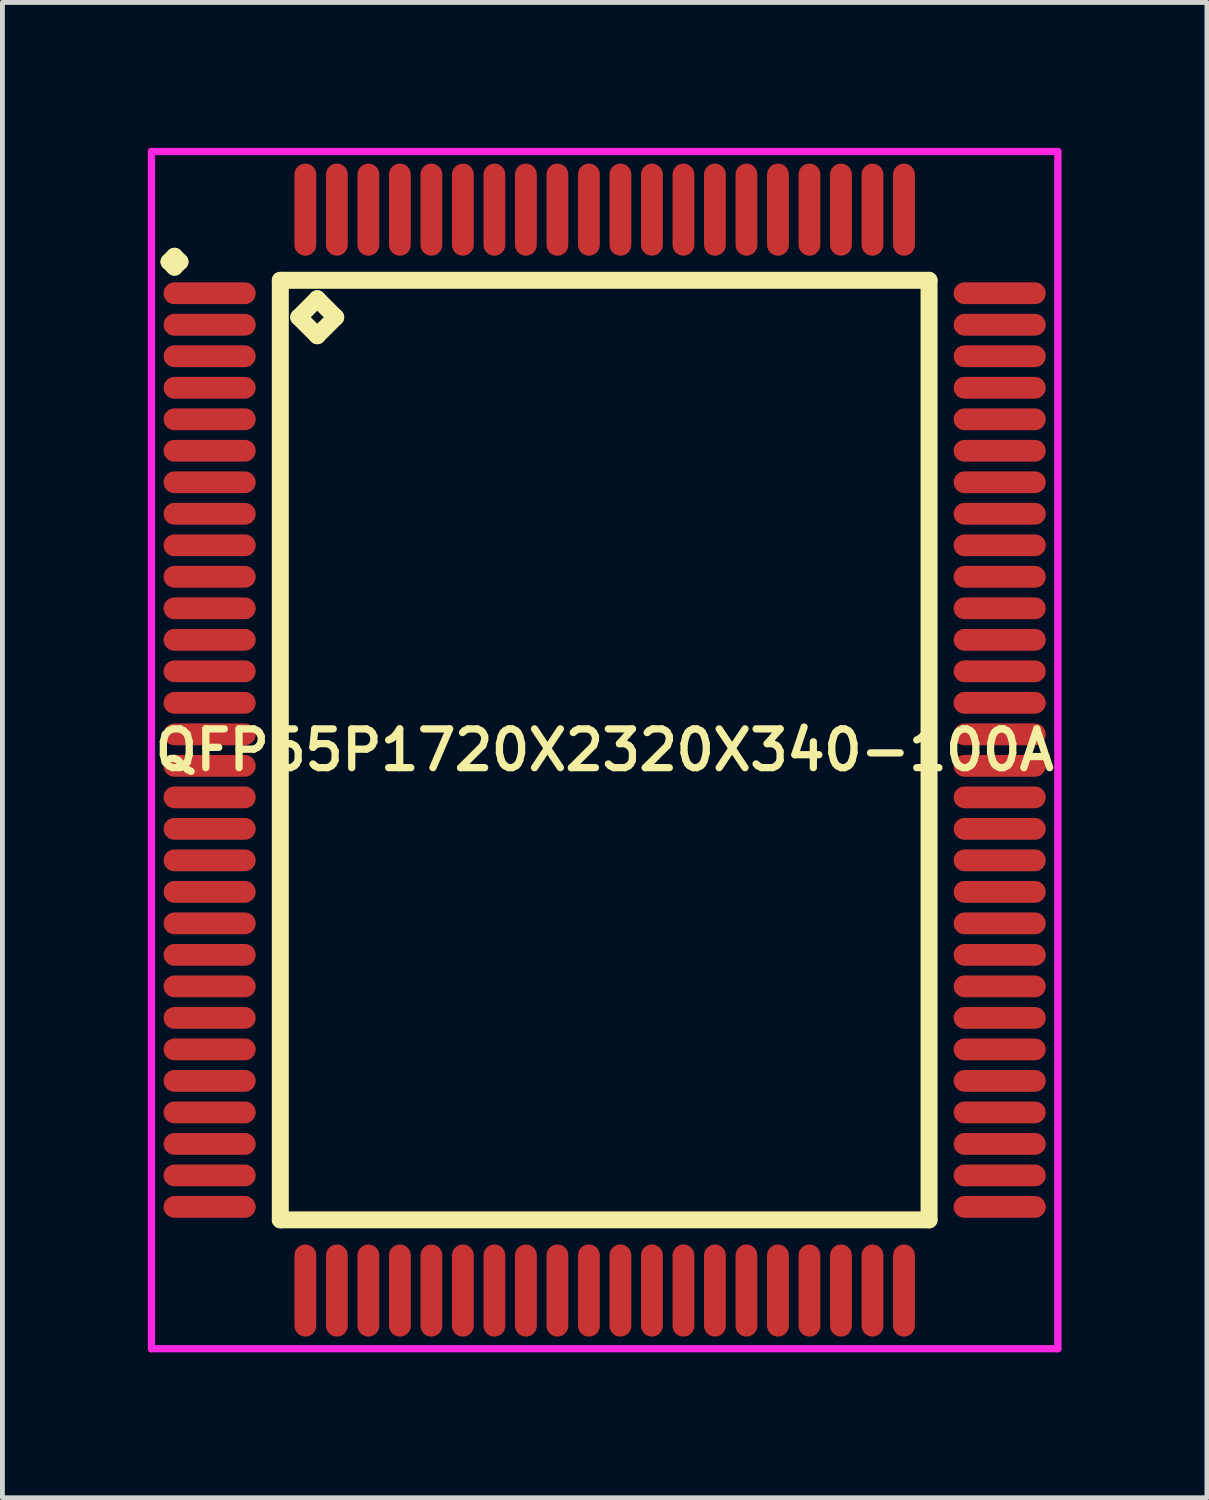
<source format=kicad_pcb>
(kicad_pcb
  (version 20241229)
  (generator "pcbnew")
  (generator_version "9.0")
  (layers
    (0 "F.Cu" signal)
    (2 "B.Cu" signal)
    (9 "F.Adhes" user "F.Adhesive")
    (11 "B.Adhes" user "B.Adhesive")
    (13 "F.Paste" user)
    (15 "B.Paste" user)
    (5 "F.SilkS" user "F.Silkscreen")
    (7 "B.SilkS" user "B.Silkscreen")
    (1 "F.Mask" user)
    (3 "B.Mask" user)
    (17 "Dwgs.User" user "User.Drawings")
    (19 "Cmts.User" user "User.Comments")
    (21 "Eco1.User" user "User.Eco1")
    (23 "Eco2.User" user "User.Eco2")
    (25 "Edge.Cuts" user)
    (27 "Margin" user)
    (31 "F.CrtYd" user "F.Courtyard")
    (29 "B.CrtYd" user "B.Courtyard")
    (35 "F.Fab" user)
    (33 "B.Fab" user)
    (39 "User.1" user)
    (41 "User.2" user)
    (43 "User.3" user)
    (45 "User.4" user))
  (footprint "QFP65P1720X2320X340-100A"
    (layer "F.Cu")
    (at 9.425 12.425)
    (property "Reference" "QFP65P1720X2320X340-100A" (at 0 0 0) (layer "F.SilkS") (effects (font (size 0.8 0.8) (thickness 0.15))))
    (attr smd)
    (fp_line (start -8.988 -10.075) (end -8.875 -10.188) (stroke (width 0.35) (type solid)) (layer "F.SilkS"))
    (fp_line (start -8.875 -10.188) (end -8.762 -10.075) (stroke (width 0.35) (type solid)) (layer "F.SilkS"))
    (fp_line (start -8.875 -9.963) (end -8.988 -10.075) (stroke (width 0.35) (type solid)) (layer "F.SilkS"))
    (fp_line (start -8.762 -10.075) (end -8.875 -9.963) (stroke (width 0.35) (type solid)) (layer "F.SilkS"))
    (fp_line (start -6.692 -9.692) (end -6.692 9.692) (stroke (width 0.35) (type solid)) (layer "F.SilkS"))
    (fp_line (start -6.692 9.692) (end 6.692 9.692) (stroke (width 0.35) (type solid)) (layer "F.SilkS"))
    (fp_line (start -6.311 -8.93) (end -5.93 -9.311) (stroke (width 0.35) (type solid)) (layer "F.SilkS"))
    (fp_line (start -5.93 -9.311) (end -5.549 -8.93) (stroke (width 0.35) (type solid)) (layer "F.SilkS"))
    (fp_line (start -5.93 -8.549) (end -6.311 -8.93) (stroke (width 0.35) (type solid)) (layer "F.SilkS"))
    (fp_line (start -5.549 -8.93) (end -5.93 -8.549) (stroke (width 0.35) (type solid)) (layer "F.SilkS"))
    (fp_line (start 6.692 -9.692) (end -6.692 -9.692) (stroke (width 0.35) (type solid)) (layer "F.SilkS"))
    (fp_line (start 6.692 9.692) (end 6.692 -9.692) (stroke (width 0.35) (type solid)) (layer "F.SilkS"))
    (fp_line (start -9.35 -12.35) (end 9.35 -12.35) (stroke (width 0.15) (type solid)) (layer "F.CrtYd"))
    (fp_line (start -9.35 12.35) (end -9.35 -12.35) (stroke (width 0.15) (type solid)) (layer "F.CrtYd"))
    (fp_line (start 9.35 -12.35) (end 9.35 12.35) (stroke (width 0.15) (type solid)) (layer "F.CrtYd"))
    (fp_line (start 9.35 12.35) (end -9.35 12.35) (stroke (width 0.15) (type solid)) (layer "F.CrtYd"))
    (pad "1" smd oval (at -8.15 -9.425) (size 1.9 0.45) (layers "F.Cu" "F.Mask" "F.Paste"))
    (pad "2" smd oval (at -8.15 -8.775) (size 1.9 0.45) (layers "F.Cu" "F.Mask" "F.Paste"))
    (pad "3" smd oval (at -8.15 -8.125) (size 1.9 0.45) (layers "F.Cu" "F.Mask" "F.Paste"))
    (pad "4" smd oval (at -8.15 -7.475) (size 1.9 0.45) (layers "F.Cu" "F.Mask" "F.Paste"))
    (pad "5" smd oval (at -8.15 -6.825) (size 1.9 0.45) (layers "F.Cu" "F.Mask" "F.Paste"))
    (pad "6" smd oval (at -8.15 -6.175) (size 1.9 0.45) (layers "F.Cu" "F.Mask" "F.Paste"))
    (pad "7" smd oval (at -8.15 -5.525) (size 1.9 0.45) (layers "F.Cu" "F.Mask" "F.Paste"))
    (pad "8" smd oval (at -8.15 -4.875) (size 1.9 0.45) (layers "F.Cu" "F.Mask" "F.Paste"))
    (pad "9" smd oval (at -8.15 -4.225) (size 1.9 0.45) (layers "F.Cu" "F.Mask" "F.Paste"))
    (pad "10" smd oval (at -8.15 -3.575) (size 1.9 0.45) (layers "F.Cu" "F.Mask" "F.Paste"))
    (pad "11" smd oval (at -8.15 -2.925) (size 1.9 0.45) (layers "F.Cu" "F.Mask" "F.Paste"))
    (pad "12" smd oval (at -8.15 -2.275) (size 1.9 0.45) (layers "F.Cu" "F.Mask" "F.Paste"))
    (pad "13" smd oval (at -8.15 -1.625) (size 1.9 0.45) (layers "F.Cu" "F.Mask" "F.Paste"))
    (pad "14" smd oval (at -8.15 -0.975) (size 1.9 0.45) (layers "F.Cu" "F.Mask" "F.Paste"))
    (pad "15" smd oval (at -8.15 -0.325) (size 1.9 0.45) (layers "F.Cu" "F.Mask" "F.Paste"))
    (pad "16" smd oval (at -8.15 0.325) (size 1.9 0.45) (layers "F.Cu" "F.Mask" "F.Paste"))
    (pad "17" smd oval (at -8.15 0.975) (size 1.9 0.45) (layers "F.Cu" "F.Mask" "F.Paste"))
    (pad "18" smd oval (at -8.15 1.625) (size 1.9 0.45) (layers "F.Cu" "F.Mask" "F.Paste"))
    (pad "19" smd oval (at -8.15 2.275) (size 1.9 0.45) (layers "F.Cu" "F.Mask" "F.Paste"))
    (pad "20" smd oval (at -8.15 2.925) (size 1.9 0.45) (layers "F.Cu" "F.Mask" "F.Paste"))
    (pad "21" smd oval (at -8.15 3.575) (size 1.9 0.45) (layers "F.Cu" "F.Mask" "F.Paste"))
    (pad "22" smd oval (at -8.15 4.225) (size 1.9 0.45) (layers "F.Cu" "F.Mask" "F.Paste"))
    (pad "23" smd oval (at -8.15 4.875) (size 1.9 0.45) (layers "F.Cu" "F.Mask" "F.Paste"))
    (pad "24" smd oval (at -8.15 5.525) (size 1.9 0.45) (layers "F.Cu" "F.Mask" "F.Paste"))
    (pad "25" smd oval (at -8.15 6.175) (size 1.9 0.45) (layers "F.Cu" "F.Mask" "F.Paste"))
    (pad "26" smd oval (at -8.15 6.825) (size 1.9 0.45) (layers "F.Cu" "F.Mask" "F.Paste"))
    (pad "27" smd oval (at -8.15 7.475) (size 1.9 0.45) (layers "F.Cu" "F.Mask" "F.Paste"))
    (pad "28" smd oval (at -8.15 8.125) (size 1.9 0.45) (layers "F.Cu" "F.Mask" "F.Paste"))
    (pad "29" smd oval (at -8.15 8.775) (size 1.9 0.45) (layers "F.Cu" "F.Mask" "F.Paste"))
    (pad "30" smd oval (at -8.15 9.425) (size 1.9 0.45) (layers "F.Cu" "F.Mask" "F.Paste"))
    (pad "31" smd oval (at -6.175 11.15) (size 0.45 1.9) (layers "F.Cu" "F.Mask" "F.Paste"))
    (pad "32" smd oval (at -5.525 11.15) (size 0.45 1.9) (layers "F.Cu" "F.Mask" "F.Paste"))
    (pad "33" smd oval (at -4.875 11.15) (size 0.45 1.9) (layers "F.Cu" "F.Mask" "F.Paste"))
    (pad "34" smd oval (at -4.225 11.15) (size 0.45 1.9) (layers "F.Cu" "F.Mask" "F.Paste"))
    (pad "35" smd oval (at -3.575 11.15) (size 0.45 1.9) (layers "F.Cu" "F.Mask" "F.Paste"))
    (pad "36" smd oval (at -2.925 11.15) (size 0.45 1.9) (layers "F.Cu" "F.Mask" "F.Paste"))
    (pad "37" smd oval (at -2.275 11.15) (size 0.45 1.9) (layers "F.Cu" "F.Mask" "F.Paste"))
    (pad "38" smd oval (at -1.625 11.15) (size 0.45 1.9) (layers "F.Cu" "F.Mask" "F.Paste"))
    (pad "39" smd oval (at -0.975 11.15) (size 0.45 1.9) (layers "F.Cu" "F.Mask" "F.Paste"))
    (pad "40" smd oval (at -0.325 11.15) (size 0.45 1.9) (layers "F.Cu" "F.Mask" "F.Paste"))
    (pad "41" smd oval (at 0.325 11.15) (size 0.45 1.9) (layers "F.Cu" "F.Mask" "F.Paste"))
    (pad "42" smd oval (at 0.975 11.15) (size 0.45 1.9) (layers "F.Cu" "F.Mask" "F.Paste"))
    (pad "43" smd oval (at 1.625 11.15) (size 0.45 1.9) (layers "F.Cu" "F.Mask" "F.Paste"))
    (pad "44" smd oval (at 2.275 11.15) (size 0.45 1.9) (layers "F.Cu" "F.Mask" "F.Paste"))
    (pad "45" smd oval (at 2.925 11.15) (size 0.45 1.9) (layers "F.Cu" "F.Mask" "F.Paste"))
    (pad "46" smd oval (at 3.575 11.15) (size 0.45 1.9) (layers "F.Cu" "F.Mask" "F.Paste"))
    (pad "47" smd oval (at 4.225 11.15) (size 0.45 1.9) (layers "F.Cu" "F.Mask" "F.Paste"))
    (pad "48" smd oval (at 4.875 11.15) (size 0.45 1.9) (layers "F.Cu" "F.Mask" "F.Paste"))
    (pad "49" smd oval (at 5.525 11.15) (size 0.45 1.9) (layers "F.Cu" "F.Mask" "F.Paste"))
    (pad "50" smd oval (at 6.175 11.15) (size 0.45 1.9) (layers "F.Cu" "F.Mask" "F.Paste"))
    (pad "51" smd oval (at 8.15 9.425) (size 1.9 0.45) (layers "F.Cu" "F.Mask" "F.Paste"))
    (pad "52" smd oval (at 8.15 8.775) (size 1.9 0.45) (layers "F.Cu" "F.Mask" "F.Paste"))
    (pad "53" smd oval (at 8.15 8.125) (size 1.9 0.45) (layers "F.Cu" "F.Mask" "F.Paste"))
    (pad "54" smd oval (at 8.15 7.475) (size 1.9 0.45) (layers "F.Cu" "F.Mask" "F.Paste"))
    (pad "55" smd oval (at 8.15 6.825) (size 1.9 0.45) (layers "F.Cu" "F.Mask" "F.Paste"))
    (pad "56" smd oval (at 8.15 6.175) (size 1.9 0.45) (layers "F.Cu" "F.Mask" "F.Paste"))
    (pad "57" smd oval (at 8.15 5.525) (size 1.9 0.45) (layers "F.Cu" "F.Mask" "F.Paste"))
    (pad "58" smd oval (at 8.15 4.875) (size 1.9 0.45) (layers "F.Cu" "F.Mask" "F.Paste"))
    (pad "59" smd oval (at 8.15 4.225) (size 1.9 0.45) (layers "F.Cu" "F.Mask" "F.Paste"))
    (pad "60" smd oval (at 8.15 3.575) (size 1.9 0.45) (layers "F.Cu" "F.Mask" "F.Paste"))
    (pad "61" smd oval (at 8.15 2.925) (size 1.9 0.45) (layers "F.Cu" "F.Mask" "F.Paste"))
    (pad "62" smd oval (at 8.15 2.275) (size 1.9 0.45) (layers "F.Cu" "F.Mask" "F.Paste"))
    (pad "63" smd oval (at 8.15 1.625) (size 1.9 0.45) (layers "F.Cu" "F.Mask" "F.Paste"))
    (pad "64" smd oval (at 8.15 0.975) (size 1.9 0.45) (layers "F.Cu" "F.Mask" "F.Paste"))
    (pad "65" smd oval (at 8.15 0.325) (size 1.9 0.45) (layers "F.Cu" "F.Mask" "F.Paste"))
    (pad "66" smd oval (at 8.15 -0.325) (size 1.9 0.45) (layers "F.Cu" "F.Mask" "F.Paste"))
    (pad "67" smd oval (at 8.15 -0.975) (size 1.9 0.45) (layers "F.Cu" "F.Mask" "F.Paste"))
    (pad "68" smd oval (at 8.15 -1.625) (size 1.9 0.45) (layers "F.Cu" "F.Mask" "F.Paste"))
    (pad "69" smd oval (at 8.15 -2.275) (size 1.9 0.45) (layers "F.Cu" "F.Mask" "F.Paste"))
    (pad "70" smd oval (at 8.15 -2.925) (size 1.9 0.45) (layers "F.Cu" "F.Mask" "F.Paste"))
    (pad "71" smd oval (at 8.15 -3.575) (size 1.9 0.45) (layers "F.Cu" "F.Mask" "F.Paste"))
    (pad "72" smd oval (at 8.15 -4.225) (size 1.9 0.45) (layers "F.Cu" "F.Mask" "F.Paste"))
    (pad "73" smd oval (at 8.15 -4.875) (size 1.9 0.45) (layers "F.Cu" "F.Mask" "F.Paste"))
    (pad "74" smd oval (at 8.15 -5.525) (size 1.9 0.45) (layers "F.Cu" "F.Mask" "F.Paste"))
    (pad "75" smd oval (at 8.15 -6.175) (size 1.9 0.45) (layers "F.Cu" "F.Mask" "F.Paste"))
    (pad "76" smd oval (at 8.15 -6.825) (size 1.9 0.45) (layers "F.Cu" "F.Mask" "F.Paste"))
    (pad "77" smd oval (at 8.15 -7.475) (size 1.9 0.45) (layers "F.Cu" "F.Mask" "F.Paste"))
    (pad "78" smd oval (at 8.15 -8.125) (size 1.9 0.45) (layers "F.Cu" "F.Mask" "F.Paste"))
    (pad "79" smd oval (at 8.15 -8.775) (size 1.9 0.45) (layers "F.Cu" "F.Mask" "F.Paste"))
    (pad "80" smd oval (at 8.15 -9.425) (size 1.9 0.45) (layers "F.Cu" "F.Mask" "F.Paste"))
    (pad "81" smd oval (at 6.175 -11.15) (size 0.45 1.9) (layers "F.Cu" "F.Mask" "F.Paste"))
    (pad "82" smd oval (at 5.525 -11.15) (size 0.45 1.9) (layers "F.Cu" "F.Mask" "F.Paste"))
    (pad "83" smd oval (at 4.875 -11.15) (size 0.45 1.9) (layers "F.Cu" "F.Mask" "F.Paste"))
    (pad "84" smd oval (at 4.225 -11.15) (size 0.45 1.9) (layers "F.Cu" "F.Mask" "F.Paste"))
    (pad "85" smd oval (at 3.575 -11.15) (size 0.45 1.9) (layers "F.Cu" "F.Mask" "F.Paste"))
    (pad "86" smd oval (at 2.925 -11.15) (size 0.45 1.9) (layers "F.Cu" "F.Mask" "F.Paste"))
    (pad "87" smd oval (at 2.275 -11.15) (size 0.45 1.9) (layers "F.Cu" "F.Mask" "F.Paste"))
    (pad "88" smd oval (at 1.625 -11.15) (size 0.45 1.9) (layers "F.Cu" "F.Mask" "F.Paste"))
    (pad "89" smd oval (at 0.975 -11.15) (size 0.45 1.9) (layers "F.Cu" "F.Mask" "F.Paste"))
    (pad "90" smd oval (at 0.325 -11.15) (size 0.45 1.9) (layers "F.Cu" "F.Mask" "F.Paste"))
    (pad "91" smd oval (at -0.325 -11.15) (size 0.45 1.9) (layers "F.Cu" "F.Mask" "F.Paste"))
    (pad "92" smd oval (at -0.975 -11.15) (size 0.45 1.9) (layers "F.Cu" "F.Mask" "F.Paste"))
    (pad "93" smd oval (at -1.625 -11.15) (size 0.45 1.9) (layers "F.Cu" "F.Mask" "F.Paste"))
    (pad "94" smd oval (at -2.275 -11.15) (size 0.45 1.9) (layers "F.Cu" "F.Mask" "F.Paste"))
    (pad "95" smd oval (at -2.925 -11.15) (size 0.45 1.9) (layers "F.Cu" "F.Mask" "F.Paste"))
    (pad "96" smd oval (at -3.575 -11.15) (size 0.45 1.9) (layers "F.Cu" "F.Mask" "F.Paste"))
    (pad "97" smd oval (at -4.225 -11.15) (size 0.45 1.9) (layers "F.Cu" "F.Mask" "F.Paste"))
    (pad "98" smd oval (at -4.875 -11.15) (size 0.45 1.9) (layers "F.Cu" "F.Mask" "F.Paste"))
    (pad "99" smd oval (at -5.525 -11.15) (size 0.45 1.9) (layers "F.Cu" "F.Mask" "F.Paste"))
    (pad "100" smd oval (at -6.175 -11.15) (size 0.45 1.9) (layers "F.Cu" "F.Mask" "F.Paste")))
  (gr_rect
    (start -3 -3)
    (end 21.85 27.85)
    (stroke (width 0.1) (type default))
    (fill no)
    (layer "Edge.Cuts")))
</source>
